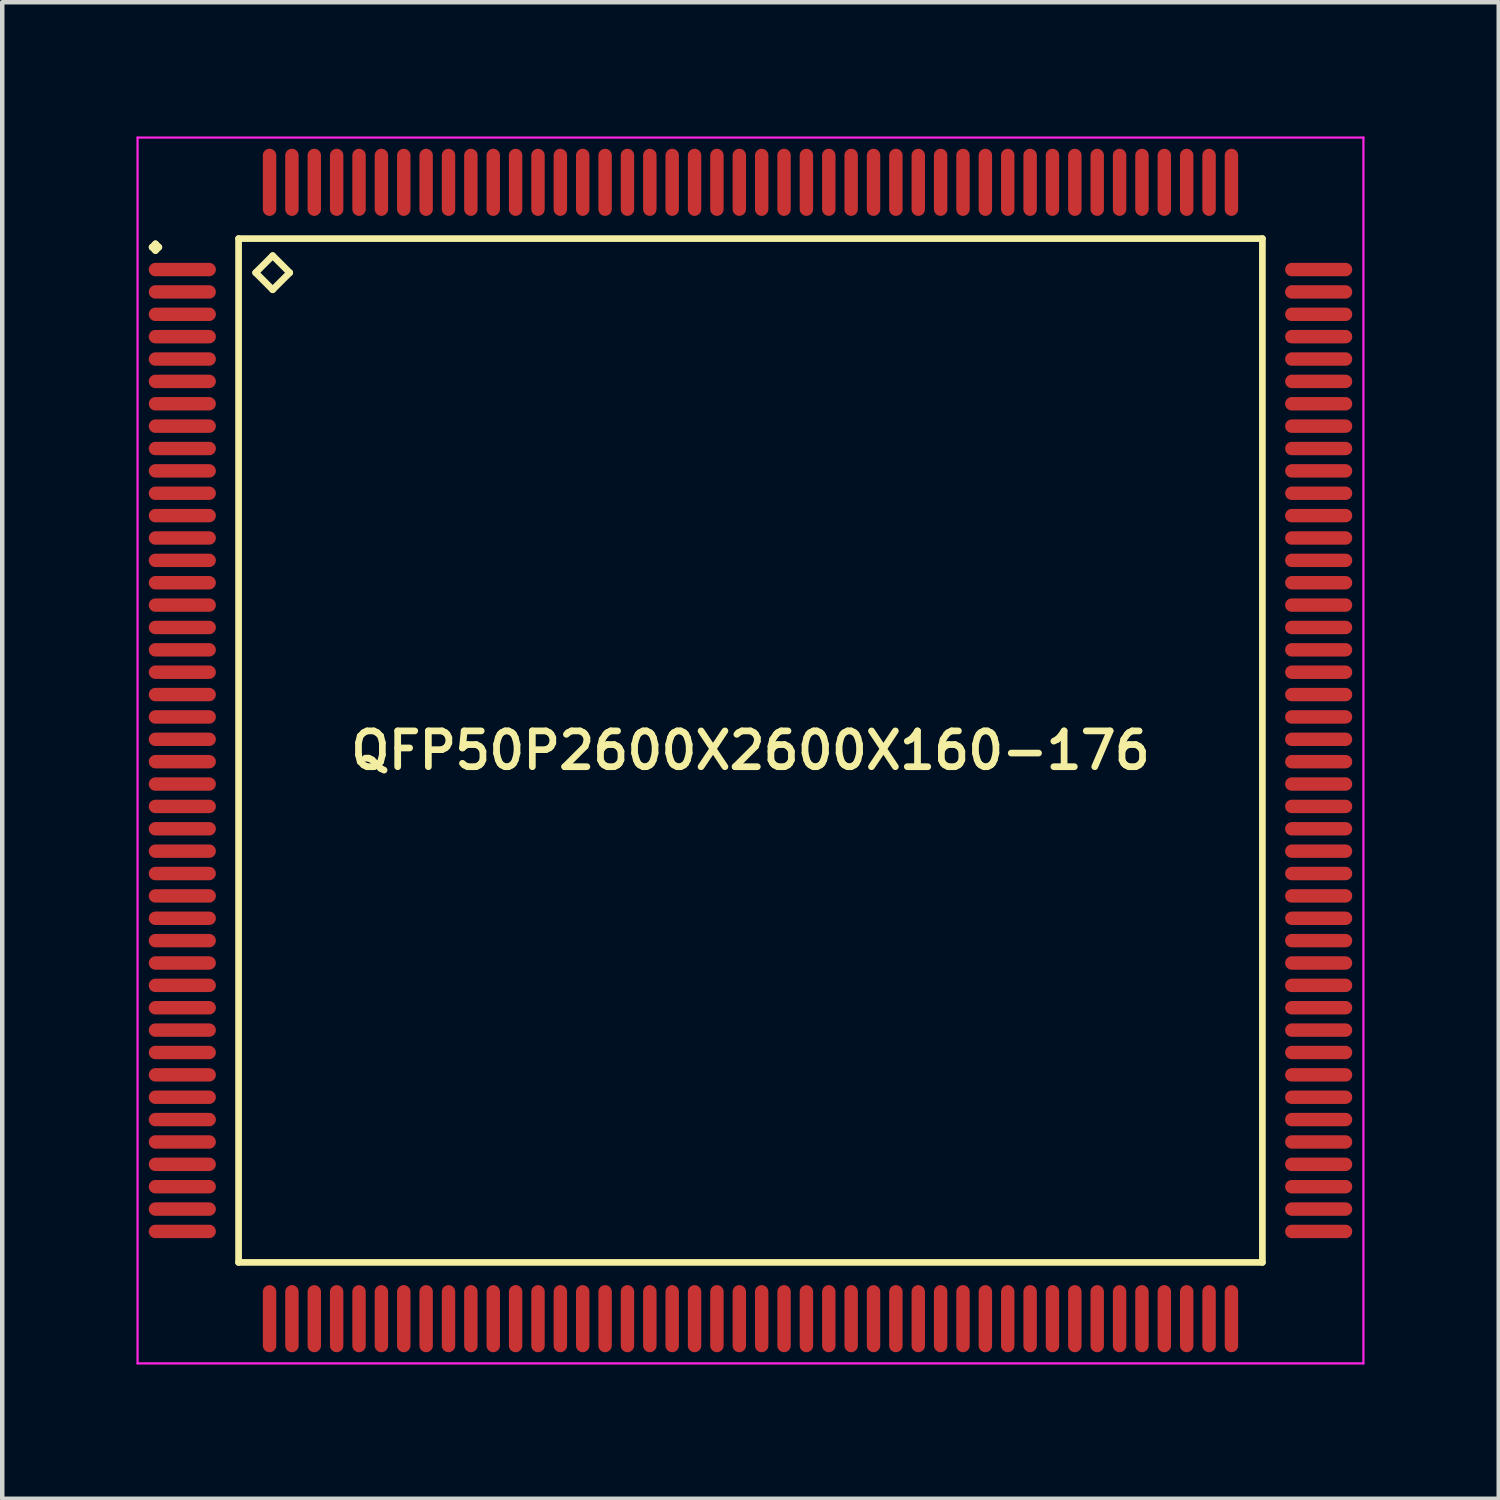
<source format=kicad_pcb>
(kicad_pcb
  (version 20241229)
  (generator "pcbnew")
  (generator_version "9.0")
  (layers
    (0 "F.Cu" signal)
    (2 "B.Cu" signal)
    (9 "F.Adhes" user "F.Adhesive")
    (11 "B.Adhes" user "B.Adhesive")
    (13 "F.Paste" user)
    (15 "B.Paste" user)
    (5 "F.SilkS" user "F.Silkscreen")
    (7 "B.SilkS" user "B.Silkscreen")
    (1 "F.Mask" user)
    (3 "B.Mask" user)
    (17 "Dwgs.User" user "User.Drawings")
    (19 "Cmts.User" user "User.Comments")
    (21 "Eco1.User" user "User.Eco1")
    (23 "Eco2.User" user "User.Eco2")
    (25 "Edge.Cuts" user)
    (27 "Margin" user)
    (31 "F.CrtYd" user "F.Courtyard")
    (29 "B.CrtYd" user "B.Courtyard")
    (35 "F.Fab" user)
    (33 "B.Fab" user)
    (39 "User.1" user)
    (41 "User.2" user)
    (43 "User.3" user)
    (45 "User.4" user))
  (footprint "QFP50P2600X2600X160-176"
    (layer "F.Cu")
    (at 13.725 13.725)
    (property "Reference" "QFP50P2600X2600X160-176" (at 0 0 0) (layer "F.SilkS") (effects (font (size 0.8 0.8) (thickness 0.15))))
    (attr smd)
    (fp_line (start -13.375 -11.25) (end -13.3 -11.325) (stroke (width 0.15) (type solid)) (layer "F.SilkS"))
    (fp_line (start -13.3 -11.325) (end -13.225 -11.25) (stroke (width 0.15) (type solid)) (layer "F.SilkS"))
    (fp_line (start -13.3 -11.175) (end -13.375 -11.25) (stroke (width 0.15) (type solid)) (layer "F.SilkS"))
    (fp_line (start -13.225 -11.25) (end -13.3 -11.175) (stroke (width 0.15) (type solid)) (layer "F.SilkS"))
    (fp_line (start -11.442 -11.442) (end -11.442 11.442) (stroke (width 0.15) (type solid)) (layer "F.SilkS"))
    (fp_line (start -11.442 11.442) (end 11.442 11.442) (stroke (width 0.15) (type solid)) (layer "F.SilkS"))
    (fp_line (start -11.061 -10.68) (end -10.68 -11.061) (stroke (width 0.15) (type solid)) (layer "F.SilkS"))
    (fp_line (start -10.68 -11.061) (end -10.299 -10.68) (stroke (width 0.15) (type solid)) (layer "F.SilkS"))
    (fp_line (start -10.68 -10.299) (end -11.061 -10.68) (stroke (width 0.15) (type solid)) (layer "F.SilkS"))
    (fp_line (start -10.299 -10.68) (end -10.68 -10.299) (stroke (width 0.15) (type solid)) (layer "F.SilkS"))
    (fp_line (start 11.442 -11.442) (end -11.442 -11.442) (stroke (width 0.15) (type solid)) (layer "F.SilkS"))
    (fp_line (start 11.442 11.442) (end 11.442 -11.442) (stroke (width 0.15) (type solid)) (layer "F.SilkS"))
    (fp_line (start -13.7 -13.7) (end 13.7 -13.7) (stroke (width 0.05) (type solid)) (layer "F.CrtYd"))
    (fp_line (start -13.7 13.7) (end -13.7 -13.7) (stroke (width 0.05) (type solid)) (layer "F.CrtYd"))
    (fp_line (start 13.7 -13.7) (end 13.7 13.7) (stroke (width 0.05) (type solid)) (layer "F.CrtYd"))
    (fp_line (start 13.7 13.7) (end -13.7 13.7) (stroke (width 0.05) (type solid)) (layer "F.CrtYd"))
    (pad "1" smd oval (at -12.7 -10.75) (size 1.5 0.3) (layers "F.Cu" "F.Mask" "F.Paste"))
    (pad "2" smd oval (at -12.7 -10.25) (size 1.5 0.3) (layers "F.Cu" "F.Mask" "F.Paste"))
    (pad "3" smd oval (at -12.7 -9.75) (size 1.5 0.3) (layers "F.Cu" "F.Mask" "F.Paste"))
    (pad "4" smd oval (at -12.7 -9.25) (size 1.5 0.3) (layers "F.Cu" "F.Mask" "F.Paste"))
    (pad "5" smd oval (at -12.7 -8.75) (size 1.5 0.3) (layers "F.Cu" "F.Mask" "F.Paste"))
    (pad "6" smd oval (at -12.7 -8.25) (size 1.5 0.3) (layers "F.Cu" "F.Mask" "F.Paste"))
    (pad "7" smd oval (at -12.7 -7.75) (size 1.5 0.3) (layers "F.Cu" "F.Mask" "F.Paste"))
    (pad "8" smd oval (at -12.7 -7.25) (size 1.5 0.3) (layers "F.Cu" "F.Mask" "F.Paste"))
    (pad "9" smd oval (at -12.7 -6.75) (size 1.5 0.3) (layers "F.Cu" "F.Mask" "F.Paste"))
    (pad "10" smd oval (at -12.7 -6.25) (size 1.5 0.3) (layers "F.Cu" "F.Mask" "F.Paste"))
    (pad "11" smd oval (at -12.7 -5.75) (size 1.5 0.3) (layers "F.Cu" "F.Mask" "F.Paste"))
    (pad "12" smd oval (at -12.7 -5.25) (size 1.5 0.3) (layers "F.Cu" "F.Mask" "F.Paste"))
    (pad "13" smd oval (at -12.7 -4.75) (size 1.5 0.3) (layers "F.Cu" "F.Mask" "F.Paste"))
    (pad "14" smd oval (at -12.7 -4.25) (size 1.5 0.3) (layers "F.Cu" "F.Mask" "F.Paste"))
    (pad "15" smd oval (at -12.7 -3.75) (size 1.5 0.3) (layers "F.Cu" "F.Mask" "F.Paste"))
    (pad "16" smd oval (at -12.7 -3.25) (size 1.5 0.3) (layers "F.Cu" "F.Mask" "F.Paste"))
    (pad "17" smd oval (at -12.7 -2.75) (size 1.5 0.3) (layers "F.Cu" "F.Mask" "F.Paste"))
    (pad "18" smd oval (at -12.7 -2.25) (size 1.5 0.3) (layers "F.Cu" "F.Mask" "F.Paste"))
    (pad "19" smd oval (at -12.7 -1.75) (size 1.5 0.3) (layers "F.Cu" "F.Mask" "F.Paste"))
    (pad "20" smd oval (at -12.7 -1.25) (size 1.5 0.3) (layers "F.Cu" "F.Mask" "F.Paste"))
    (pad "21" smd oval (at -12.7 -0.75) (size 1.5 0.3) (layers "F.Cu" "F.Mask" "F.Paste"))
    (pad "22" smd oval (at -12.7 -0.25) (size 1.5 0.3) (layers "F.Cu" "F.Mask" "F.Paste"))
    (pad "23" smd oval (at -12.7 0.25) (size 1.5 0.3) (layers "F.Cu" "F.Mask" "F.Paste"))
    (pad "24" smd oval (at -12.7 0.75) (size 1.5 0.3) (layers "F.Cu" "F.Mask" "F.Paste"))
    (pad "25" smd oval (at -12.7 1.25) (size 1.5 0.3) (layers "F.Cu" "F.Mask" "F.Paste"))
    (pad "26" smd oval (at -12.7 1.75) (size 1.5 0.3) (layers "F.Cu" "F.Mask" "F.Paste"))
    (pad "27" smd oval (at -12.7 2.25) (size 1.5 0.3) (layers "F.Cu" "F.Mask" "F.Paste"))
    (pad "28" smd oval (at -12.7 2.75) (size 1.5 0.3) (layers "F.Cu" "F.Mask" "F.Paste"))
    (pad "29" smd oval (at -12.7 3.25) (size 1.5 0.3) (layers "F.Cu" "F.Mask" "F.Paste"))
    (pad "30" smd oval (at -12.7 3.75) (size 1.5 0.3) (layers "F.Cu" "F.Mask" "F.Paste"))
    (pad "31" smd oval (at -12.7 4.25) (size 1.5 0.3) (layers "F.Cu" "F.Mask" "F.Paste"))
    (pad "32" smd oval (at -12.7 4.75) (size 1.5 0.3) (layers "F.Cu" "F.Mask" "F.Paste"))
    (pad "33" smd oval (at -12.7 5.25) (size 1.5 0.3) (layers "F.Cu" "F.Mask" "F.Paste"))
    (pad "34" smd oval (at -12.7 5.75) (size 1.5 0.3) (layers "F.Cu" "F.Mask" "F.Paste"))
    (pad "35" smd oval (at -12.7 6.25) (size 1.5 0.3) (layers "F.Cu" "F.Mask" "F.Paste"))
    (pad "36" smd oval (at -12.7 6.75) (size 1.5 0.3) (layers "F.Cu" "F.Mask" "F.Paste"))
    (pad "37" smd oval (at -12.7 7.25) (size 1.5 0.3) (layers "F.Cu" "F.Mask" "F.Paste"))
    (pad "38" smd oval (at -12.7 7.75) (size 1.5 0.3) (layers "F.Cu" "F.Mask" "F.Paste"))
    (pad "39" smd oval (at -12.7 8.25) (size 1.5 0.3) (layers "F.Cu" "F.Mask" "F.Paste"))
    (pad "40" smd oval (at -12.7 8.75) (size 1.5 0.3) (layers "F.Cu" "F.Mask" "F.Paste"))
    (pad "41" smd oval (at -12.7 9.25) (size 1.5 0.3) (layers "F.Cu" "F.Mask" "F.Paste"))
    (pad "42" smd oval (at -12.7 9.75) (size 1.5 0.3) (layers "F.Cu" "F.Mask" "F.Paste"))
    (pad "43" smd oval (at -12.7 10.25) (size 1.5 0.3) (layers "F.Cu" "F.Mask" "F.Paste"))
    (pad "44" smd oval (at -12.7 10.75) (size 1.5 0.3) (layers "F.Cu" "F.Mask" "F.Paste"))
    (pad "45" smd oval (at -10.75 12.7) (size 0.3 1.5) (layers "F.Cu" "F.Mask" "F.Paste"))
    (pad "46" smd oval (at -10.25 12.7) (size 0.3 1.5) (layers "F.Cu" "F.Mask" "F.Paste"))
    (pad "47" smd oval (at -9.75 12.7) (size 0.3 1.5) (layers "F.Cu" "F.Mask" "F.Paste"))
    (pad "48" smd oval (at -9.25 12.7) (size 0.3 1.5) (layers "F.Cu" "F.Mask" "F.Paste"))
    (pad "49" smd oval (at -8.75 12.7) (size 0.3 1.5) (layers "F.Cu" "F.Mask" "F.Paste"))
    (pad "50" smd oval (at -8.25 12.7) (size 0.3 1.5) (layers "F.Cu" "F.Mask" "F.Paste"))
    (pad "51" smd oval (at -7.75 12.7) (size 0.3 1.5) (layers "F.Cu" "F.Mask" "F.Paste"))
    (pad "52" smd oval (at -7.25 12.7) (size 0.3 1.5) (layers "F.Cu" "F.Mask" "F.Paste"))
    (pad "53" smd oval (at -6.75 12.7) (size 0.3 1.5) (layers "F.Cu" "F.Mask" "F.Paste"))
    (pad "54" smd oval (at -6.25 12.7) (size 0.3 1.5) (layers "F.Cu" "F.Mask" "F.Paste"))
    (pad "55" smd oval (at -5.75 12.7) (size 0.3 1.5) (layers "F.Cu" "F.Mask" "F.Paste"))
    (pad "56" smd oval (at -5.25 12.7) (size 0.3 1.5) (layers "F.Cu" "F.Mask" "F.Paste"))
    (pad "57" smd oval (at -4.75 12.7) (size 0.3 1.5) (layers "F.Cu" "F.Mask" "F.Paste"))
    (pad "58" smd oval (at -4.25 12.7) (size 0.3 1.5) (layers "F.Cu" "F.Mask" "F.Paste"))
    (pad "59" smd oval (at -3.75 12.7) (size 0.3 1.5) (layers "F.Cu" "F.Mask" "F.Paste"))
    (pad "60" smd oval (at -3.25 12.7) (size 0.3 1.5) (layers "F.Cu" "F.Mask" "F.Paste"))
    (pad "61" smd oval (at -2.75 12.7) (size 0.3 1.5) (layers "F.Cu" "F.Mask" "F.Paste"))
    (pad "62" smd oval (at -2.25 12.7) (size 0.3 1.5) (layers "F.Cu" "F.Mask" "F.Paste"))
    (pad "63" smd oval (at -1.75 12.7) (size 0.3 1.5) (layers "F.Cu" "F.Mask" "F.Paste"))
    (pad "64" smd oval (at -1.25 12.7) (size 0.3 1.5) (layers "F.Cu" "F.Mask" "F.Paste"))
    (pad "65" smd oval (at -0.75 12.7) (size 0.3 1.5) (layers "F.Cu" "F.Mask" "F.Paste"))
    (pad "66" smd oval (at -0.25 12.7) (size 0.3 1.5) (layers "F.Cu" "F.Mask" "F.Paste"))
    (pad "67" smd oval (at 0.25 12.7) (size 0.3 1.5) (layers "F.Cu" "F.Mask" "F.Paste"))
    (pad "68" smd oval (at 0.75 12.7) (size 0.3 1.5) (layers "F.Cu" "F.Mask" "F.Paste"))
    (pad "69" smd oval (at 1.25 12.7) (size 0.3 1.5) (layers "F.Cu" "F.Mask" "F.Paste"))
    (pad "70" smd oval (at 1.75 12.7) (size 0.3 1.5) (layers "F.Cu" "F.Mask" "F.Paste"))
    (pad "71" smd oval (at 2.25 12.7) (size 0.3 1.5) (layers "F.Cu" "F.Mask" "F.Paste"))
    (pad "72" smd oval (at 2.75 12.7) (size 0.3 1.5) (layers "F.Cu" "F.Mask" "F.Paste"))
    (pad "73" smd oval (at 3.25 12.7) (size 0.3 1.5) (layers "F.Cu" "F.Mask" "F.Paste"))
    (pad "74" smd oval (at 3.75 12.7) (size 0.3 1.5) (layers "F.Cu" "F.Mask" "F.Paste"))
    (pad "75" smd oval (at 4.25 12.7) (size 0.3 1.5) (layers "F.Cu" "F.Mask" "F.Paste"))
    (pad "76" smd oval (at 4.75 12.7) (size 0.3 1.5) (layers "F.Cu" "F.Mask" "F.Paste"))
    (pad "77" smd oval (at 5.25 12.7) (size 0.3 1.5) (layers "F.Cu" "F.Mask" "F.Paste"))
    (pad "78" smd oval (at 5.75 12.7) (size 0.3 1.5) (layers "F.Cu" "F.Mask" "F.Paste"))
    (pad "79" smd oval (at 6.25 12.7) (size 0.3 1.5) (layers "F.Cu" "F.Mask" "F.Paste"))
    (pad "80" smd oval (at 6.75 12.7) (size 0.3 1.5) (layers "F.Cu" "F.Mask" "F.Paste"))
    (pad "81" smd oval (at 7.25 12.7) (size 0.3 1.5) (layers "F.Cu" "F.Mask" "F.Paste"))
    (pad "82" smd oval (at 7.75 12.7) (size 0.3 1.5) (layers "F.Cu" "F.Mask" "F.Paste"))
    (pad "83" smd oval (at 8.25 12.7) (size 0.3 1.5) (layers "F.Cu" "F.Mask" "F.Paste"))
    (pad "84" smd oval (at 8.75 12.7) (size 0.3 1.5) (layers "F.Cu" "F.Mask" "F.Paste"))
    (pad "85" smd oval (at 9.25 12.7) (size 0.3 1.5) (layers "F.Cu" "F.Mask" "F.Paste"))
    (pad "86" smd oval (at 9.75 12.7) (size 0.3 1.5) (layers "F.Cu" "F.Mask" "F.Paste"))
    (pad "87" smd oval (at 10.25 12.7) (size 0.3 1.5) (layers "F.Cu" "F.Mask" "F.Paste"))
    (pad "88" smd oval (at 10.75 12.7) (size 0.3 1.5) (layers "F.Cu" "F.Mask" "F.Paste"))
    (pad "89" smd oval (at 12.7 10.75) (size 1.5 0.3) (layers "F.Cu" "F.Mask" "F.Paste"))
    (pad "90" smd oval (at 12.7 10.25) (size 1.5 0.3) (layers "F.Cu" "F.Mask" "F.Paste"))
    (pad "91" smd oval (at 12.7 9.75) (size 1.5 0.3) (layers "F.Cu" "F.Mask" "F.Paste"))
    (pad "92" smd oval (at 12.7 9.25) (size 1.5 0.3) (layers "F.Cu" "F.Mask" "F.Paste"))
    (pad "93" smd oval (at 12.7 8.75) (size 1.5 0.3) (layers "F.Cu" "F.Mask" "F.Paste"))
    (pad "94" smd oval (at 12.7 8.25) (size 1.5 0.3) (layers "F.Cu" "F.Mask" "F.Paste"))
    (pad "95" smd oval (at 12.7 7.75) (size 1.5 0.3) (layers "F.Cu" "F.Mask" "F.Paste"))
    (pad "96" smd oval (at 12.7 7.25) (size 1.5 0.3) (layers "F.Cu" "F.Mask" "F.Paste"))
    (pad "97" smd oval (at 12.7 6.75) (size 1.5 0.3) (layers "F.Cu" "F.Mask" "F.Paste"))
    (pad "98" smd oval (at 12.7 6.25) (size 1.5 0.3) (layers "F.Cu" "F.Mask" "F.Paste"))
    (pad "99" smd oval (at 12.7 5.75) (size 1.5 0.3) (layers "F.Cu" "F.Mask" "F.Paste"))
    (pad "100" smd oval (at 12.7 5.25) (size 1.5 0.3) (layers "F.Cu" "F.Mask" "F.Paste"))
    (pad "101" smd oval (at 12.7 4.75) (size 1.5 0.3) (layers "F.Cu" "F.Mask" "F.Paste"))
    (pad "102" smd oval (at 12.7 4.25) (size 1.5 0.3) (layers "F.Cu" "F.Mask" "F.Paste"))
    (pad "103" smd oval (at 12.7 3.75) (size 1.5 0.3) (layers "F.Cu" "F.Mask" "F.Paste"))
    (pad "104" smd oval (at 12.7 3.25) (size 1.5 0.3) (layers "F.Cu" "F.Mask" "F.Paste"))
    (pad "105" smd oval (at 12.7 2.75) (size 1.5 0.3) (layers "F.Cu" "F.Mask" "F.Paste"))
    (pad "106" smd oval (at 12.7 2.25) (size 1.5 0.3) (layers "F.Cu" "F.Mask" "F.Paste"))
    (pad "107" smd oval (at 12.7 1.75) (size 1.5 0.3) (layers "F.Cu" "F.Mask" "F.Paste"))
    (pad "108" smd oval (at 12.7 1.25) (size 1.5 0.3) (layers "F.Cu" "F.Mask" "F.Paste"))
    (pad "109" smd oval (at 12.7 0.75) (size 1.5 0.3) (layers "F.Cu" "F.Mask" "F.Paste"))
    (pad "110" smd oval (at 12.7 0.25) (size 1.5 0.3) (layers "F.Cu" "F.Mask" "F.Paste"))
    (pad "111" smd oval (at 12.7 -0.25) (size 1.5 0.3) (layers "F.Cu" "F.Mask" "F.Paste"))
    (pad "112" smd oval (at 12.7 -0.75) (size 1.5 0.3) (layers "F.Cu" "F.Mask" "F.Paste"))
    (pad "113" smd oval (at 12.7 -1.25) (size 1.5 0.3) (layers "F.Cu" "F.Mask" "F.Paste"))
    (pad "114" smd oval (at 12.7 -1.75) (size 1.5 0.3) (layers "F.Cu" "F.Mask" "F.Paste"))
    (pad "115" smd oval (at 12.7 -2.25) (size 1.5 0.3) (layers "F.Cu" "F.Mask" "F.Paste"))
    (pad "116" smd oval (at 12.7 -2.75) (size 1.5 0.3) (layers "F.Cu" "F.Mask" "F.Paste"))
    (pad "117" smd oval (at 12.7 -3.25) (size 1.5 0.3) (layers "F.Cu" "F.Mask" "F.Paste"))
    (pad "118" smd oval (at 12.7 -3.75) (size 1.5 0.3) (layers "F.Cu" "F.Mask" "F.Paste"))
    (pad "119" smd oval (at 12.7 -4.25) (size 1.5 0.3) (layers "F.Cu" "F.Mask" "F.Paste"))
    (pad "120" smd oval (at 12.7 -4.75) (size 1.5 0.3) (layers "F.Cu" "F.Mask" "F.Paste"))
    (pad "121" smd oval (at 12.7 -5.25) (size 1.5 0.3) (layers "F.Cu" "F.Mask" "F.Paste"))
    (pad "122" smd oval (at 12.7 -5.75) (size 1.5 0.3) (layers "F.Cu" "F.Mask" "F.Paste"))
    (pad "123" smd oval (at 12.7 -6.25) (size 1.5 0.3) (layers "F.Cu" "F.Mask" "F.Paste"))
    (pad "124" smd oval (at 12.7 -6.75) (size 1.5 0.3) (layers "F.Cu" "F.Mask" "F.Paste"))
    (pad "125" smd oval (at 12.7 -7.25) (size 1.5 0.3) (layers "F.Cu" "F.Mask" "F.Paste"))
    (pad "126" smd oval (at 12.7 -7.75) (size 1.5 0.3) (layers "F.Cu" "F.Mask" "F.Paste"))
    (pad "127" smd oval (at 12.7 -8.25) (size 1.5 0.3) (layers "F.Cu" "F.Mask" "F.Paste"))
    (pad "128" smd oval (at 12.7 -8.75) (size 1.5 0.3) (layers "F.Cu" "F.Mask" "F.Paste"))
    (pad "129" smd oval (at 12.7 -9.25) (size 1.5 0.3) (layers "F.Cu" "F.Mask" "F.Paste"))
    (pad "130" smd oval (at 12.7 -9.75) (size 1.5 0.3) (layers "F.Cu" "F.Mask" "F.Paste"))
    (pad "131" smd oval (at 12.7 -10.25) (size 1.5 0.3) (layers "F.Cu" "F.Mask" "F.Paste"))
    (pad "132" smd oval (at 12.7 -10.75) (size 1.5 0.3) (layers "F.Cu" "F.Mask" "F.Paste"))
    (pad "133" smd oval (at 10.75 -12.7) (size 0.3 1.5) (layers "F.Cu" "F.Mask" "F.Paste"))
    (pad "134" smd oval (at 10.25 -12.7) (size 0.3 1.5) (layers "F.Cu" "F.Mask" "F.Paste"))
    (pad "135" smd oval (at 9.75 -12.7) (size 0.3 1.5) (layers "F.Cu" "F.Mask" "F.Paste"))
    (pad "136" smd oval (at 9.25 -12.7) (size 0.3 1.5) (layers "F.Cu" "F.Mask" "F.Paste"))
    (pad "137" smd oval (at 8.75 -12.7) (size 0.3 1.5) (layers "F.Cu" "F.Mask" "F.Paste"))
    (pad "138" smd oval (at 8.25 -12.7) (size 0.3 1.5) (layers "F.Cu" "F.Mask" "F.Paste"))
    (pad "139" smd oval (at 7.75 -12.7) (size 0.3 1.5) (layers "F.Cu" "F.Mask" "F.Paste"))
    (pad "140" smd oval (at 7.25 -12.7) (size 0.3 1.5) (layers "F.Cu" "F.Mask" "F.Paste"))
    (pad "141" smd oval (at 6.75 -12.7) (size 0.3 1.5) (layers "F.Cu" "F.Mask" "F.Paste"))
    (pad "142" smd oval (at 6.25 -12.7) (size 0.3 1.5) (layers "F.Cu" "F.Mask" "F.Paste"))
    (pad "143" smd oval (at 5.75 -12.7) (size 0.3 1.5) (layers "F.Cu" "F.Mask" "F.Paste"))
    (pad "144" smd oval (at 5.25 -12.7) (size 0.3 1.5) (layers "F.Cu" "F.Mask" "F.Paste"))
    (pad "145" smd oval (at 4.75 -12.7) (size 0.3 1.5) (layers "F.Cu" "F.Mask" "F.Paste"))
    (pad "146" smd oval (at 4.25 -12.7) (size 0.3 1.5) (layers "F.Cu" "F.Mask" "F.Paste"))
    (pad "147" smd oval (at 3.75 -12.7) (size 0.3 1.5) (layers "F.Cu" "F.Mask" "F.Paste"))
    (pad "148" smd oval (at 3.25 -12.7) (size 0.3 1.5) (layers "F.Cu" "F.Mask" "F.Paste"))
    (pad "149" smd oval (at 2.75 -12.7) (size 0.3 1.5) (layers "F.Cu" "F.Mask" "F.Paste"))
    (pad "150" smd oval (at 2.25 -12.7) (size 0.3 1.5) (layers "F.Cu" "F.Mask" "F.Paste"))
    (pad "151" smd oval (at 1.75 -12.7) (size 0.3 1.5) (layers "F.Cu" "F.Mask" "F.Paste"))
    (pad "152" smd oval (at 1.25 -12.7) (size 0.3 1.5) (layers "F.Cu" "F.Mask" "F.Paste"))
    (pad "153" smd oval (at 0.75 -12.7) (size 0.3 1.5) (layers "F.Cu" "F.Mask" "F.Paste"))
    (pad "154" smd oval (at 0.25 -12.7) (size 0.3 1.5) (layers "F.Cu" "F.Mask" "F.Paste"))
    (pad "155" smd oval (at -0.25 -12.7) (size 0.3 1.5) (layers "F.Cu" "F.Mask" "F.Paste"))
    (pad "156" smd oval (at -0.75 -12.7) (size 0.3 1.5) (layers "F.Cu" "F.Mask" "F.Paste"))
    (pad "157" smd oval (at -1.25 -12.7) (size 0.3 1.5) (layers "F.Cu" "F.Mask" "F.Paste"))
    (pad "158" smd oval (at -1.75 -12.7) (size 0.3 1.5) (layers "F.Cu" "F.Mask" "F.Paste"))
    (pad "159" smd oval (at -2.25 -12.7) (size 0.3 1.5) (layers "F.Cu" "F.Mask" "F.Paste"))
    (pad "160" smd oval (at -2.75 -12.7) (size 0.3 1.5) (layers "F.Cu" "F.Mask" "F.Paste"))
    (pad "161" smd oval (at -3.25 -12.7) (size 0.3 1.5) (layers "F.Cu" "F.Mask" "F.Paste"))
    (pad "162" smd oval (at -3.75 -12.7) (size 0.3 1.5) (layers "F.Cu" "F.Mask" "F.Paste"))
    (pad "163" smd oval (at -4.25 -12.7) (size 0.3 1.5) (layers "F.Cu" "F.Mask" "F.Paste"))
    (pad "164" smd oval (at -4.75 -12.7) (size 0.3 1.5) (layers "F.Cu" "F.Mask" "F.Paste"))
    (pad "165" smd oval (at -5.25 -12.7) (size 0.3 1.5) (layers "F.Cu" "F.Mask" "F.Paste"))
    (pad "166" smd oval (at -5.75 -12.7) (size 0.3 1.5) (layers "F.Cu" "F.Mask" "F.Paste"))
    (pad "167" smd oval (at -6.25 -12.7) (size 0.3 1.5) (layers "F.Cu" "F.Mask" "F.Paste"))
    (pad "168" smd oval (at -6.75 -12.7) (size 0.3 1.5) (layers "F.Cu" "F.Mask" "F.Paste"))
    (pad "169" smd oval (at -7.25 -12.7) (size 0.3 1.5) (layers "F.Cu" "F.Mask" "F.Paste"))
    (pad "170" smd oval (at -7.75 -12.7) (size 0.3 1.5) (layers "F.Cu" "F.Mask" "F.Paste"))
    (pad "171" smd oval (at -8.25 -12.7) (size 0.3 1.5) (layers "F.Cu" "F.Mask" "F.Paste"))
    (pad "172" smd oval (at -8.75 -12.7) (size 0.3 1.5) (layers "F.Cu" "F.Mask" "F.Paste"))
    (pad "173" smd oval (at -9.25 -12.7) (size 0.3 1.5) (layers "F.Cu" "F.Mask" "F.Paste"))
    (pad "174" smd oval (at -9.75 -12.7) (size 0.3 1.5) (layers "F.Cu" "F.Mask" "F.Paste"))
    (pad "175" smd oval (at -10.25 -12.7) (size 0.3 1.5) (layers "F.Cu" "F.Mask" "F.Paste"))
    (pad "176" smd oval (at -10.75 -12.7) (size 0.3 1.5) (layers "F.Cu" "F.Mask" "F.Paste")))
  (gr_rect
    (start -3 -3)
    (end 30.45 30.45)
    (stroke (width 0.1) (type default))
    (fill no)
    (layer "Edge.Cuts")))
</source>
